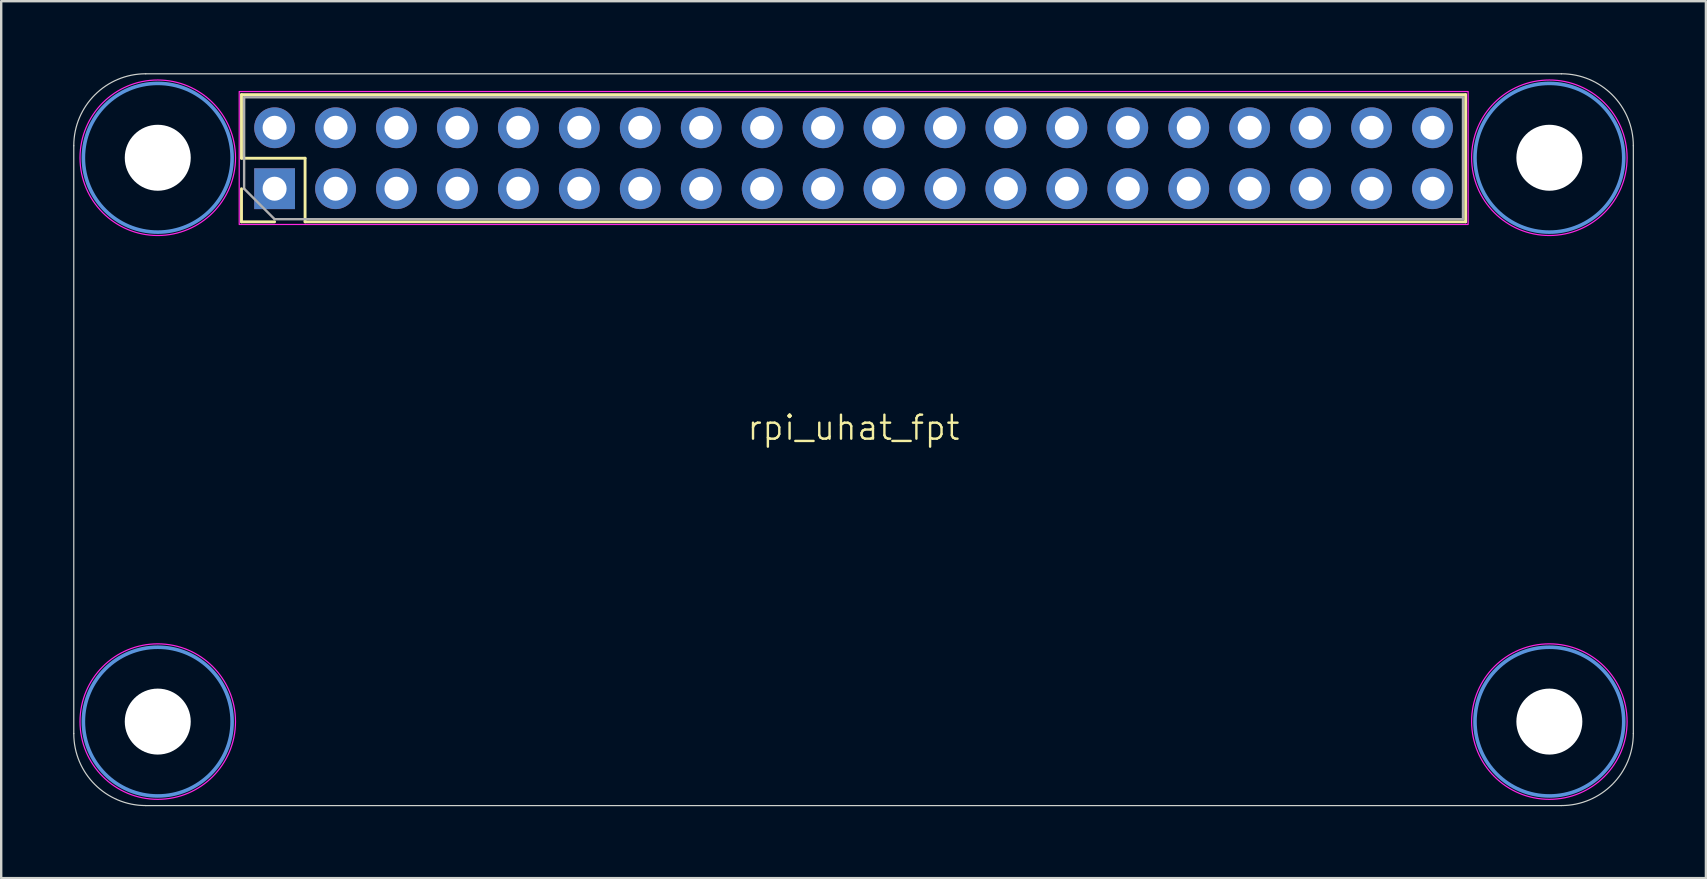
<source format=kicad_pcb>
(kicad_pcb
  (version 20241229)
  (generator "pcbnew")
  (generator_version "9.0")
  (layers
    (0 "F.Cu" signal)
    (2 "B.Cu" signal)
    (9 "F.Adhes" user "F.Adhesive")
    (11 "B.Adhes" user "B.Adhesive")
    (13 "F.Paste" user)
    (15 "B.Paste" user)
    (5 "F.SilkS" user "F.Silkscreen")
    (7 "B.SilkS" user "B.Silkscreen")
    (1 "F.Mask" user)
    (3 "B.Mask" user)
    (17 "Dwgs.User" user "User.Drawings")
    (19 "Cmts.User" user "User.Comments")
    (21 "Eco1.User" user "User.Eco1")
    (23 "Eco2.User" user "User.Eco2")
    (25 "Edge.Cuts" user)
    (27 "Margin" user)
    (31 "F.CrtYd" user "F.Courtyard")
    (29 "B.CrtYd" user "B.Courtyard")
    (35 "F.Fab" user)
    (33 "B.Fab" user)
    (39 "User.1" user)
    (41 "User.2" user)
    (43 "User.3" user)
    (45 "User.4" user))
  (footprint "rpi_uhat_fpt"
    (layer "F.Cu")
    (at 32.525 15.275)
    (property "Reference" "rpi_uhat_fpt" (at 0 -0.5 0) (unlocked yes) (layer "F.SilkS") (effects (font (size 1 1) (thickness 0.1))))
    (attr through_hole)
    (fp_line (start -25.51 -14.38) (end 25.51 -14.38) (stroke (width 0.12) (type solid)) (layer "F.SilkS"))
    (fp_line (start -25.51 -11.73) (end -25.51 -14.38) (stroke (width 0.12) (type solid)) (layer "F.SilkS"))
    (fp_line (start -25.51 -9.08) (end -25.51 -10.46) (stroke (width 0.12) (type solid)) (layer "F.SilkS"))
    (fp_line (start -24.13 -9.08) (end -25.51 -9.08) (stroke (width 0.12) (type solid)) (layer "F.SilkS"))
    (fp_line (start -22.86 -11.73) (end -25.51 -11.73) (stroke (width 0.12) (type solid)) (layer "F.SilkS"))
    (fp_line (start -22.86 -9.08) (end -22.86 -11.73) (stroke (width 0.12) (type solid)) (layer "F.SilkS"))
    (fp_line (start -22.86 -9.08) (end 25.51 -9.08) (stroke (width 0.12) (type solid)) (layer "F.SilkS"))
    (fp_line (start 25.51 -9.08) (end 25.51 -14.38) (stroke (width 0.12) (type solid)) (layer "F.SilkS"))
    (fp_circle (center -29 -11.75) (end -25.9 -11.75) (stroke (width 0.15) (type solid)) (fill no) (layer "Cmts.User"))
    (fp_circle (center -29 11.75) (end -25.9 11.75) (stroke (width 0.15) (type solid)) (fill no) (layer "Cmts.User"))
    (fp_circle (center 29 -11.75) (end 32.1 -11.75) (stroke (width 0.15) (type solid)) (fill no) (layer "Cmts.User"))
    (fp_circle (center 29 11.75) (end 32.1 11.75) (stroke (width 0.15) (type solid)) (fill no) (layer "Cmts.User"))
    (fp_line (start -32.5 12.25) (end -32.5 -12.25) (stroke (width 0.05) (type default)) (layer "Edge.Cuts"))
    (fp_line (start -29.5 -15.25) (end 29.5 -15.25) (stroke (width 0.05) (type default)) (layer "Edge.Cuts"))
    (fp_line (start 29.5 15.25) (end -29.5 15.25) (stroke (width 0.05) (type default)) (layer "Edge.Cuts"))
    (fp_line (start 32.5 -12.25) (end 32.5 12.25) (stroke (width 0.05) (type default)) (layer "Edge.Cuts"))
    (fp_arc (start -32.5 -12.25) (mid -31.62132 -14.37132) (end -29.5 -15.25) (stroke (width 0.05) (type default)) (layer "Edge.Cuts"))
    (fp_arc (start -29.5 15.25) (mid -31.62132 14.37132) (end -32.5 12.25) (stroke (width 0.05) (type default)) (layer "Edge.Cuts"))
    (fp_arc (start 29.5 -15.25) (mid 31.62132 -14.37132) (end 32.5 -12.25) (stroke (width 0.05) (type default)) (layer "Edge.Cuts"))
    (fp_arc (start 32.5 12.25) (mid 31.62132 14.37132) (end 29.5 15.25) (stroke (width 0.05) (type default)) (layer "Edge.Cuts"))
    (fp_rect (start -25.605 -14.51) (end 25.615 -8.97) (stroke (width 0.05) (type default)) (fill no) (layer "F.CrtYd"))
    (fp_circle (center -29 -11.75) (end -25.76 -11.73) (stroke (width 0.05) (type solid)) (fill no) (layer "F.CrtYd"))
    (fp_circle (center -29 11.75) (end -25.76 11.77) (stroke (width 0.05) (type solid)) (fill no) (layer "F.CrtYd"))
    (fp_circle (center 29 -11.75) (end 32.24 -11.73) (stroke (width 0.05) (type solid)) (fill no) (layer "F.CrtYd"))
    (fp_circle (center 29 11.75) (end 32.24 11.77) (stroke (width 0.05) (type solid)) (fill no) (layer "F.CrtYd"))
    (fp_line (start -25.4 -14.27) (end 25.4 -14.27) (stroke (width 0.1) (type solid)) (layer "F.Fab"))
    (fp_line (start -25.4 -10.46) (end -25.4 -14.27) (stroke (width 0.1) (type solid)) (layer "F.Fab"))
    (fp_line (start -24.13 -9.19) (end -25.4 -10.46) (stroke (width 0.1) (type solid)) (layer "F.Fab"))
    (fp_line (start 25.4 -14.27) (end 25.4 -9.19) (stroke (width 0.1) (type solid)) (layer "F.Fab"))
    (fp_line (start 25.4 -9.19) (end -24.13 -9.19) (stroke (width 0.1) (type solid)) (layer "F.Fab"))
    (pad "" np_thru_hole circle (at -29 -11.75) (size 2.75 2.75) (drill 2.75) (layers "*.Cu" "*.Mask"))
    (pad "" np_thru_hole circle (at -29 11.75) (size 2.75 2.75) (drill 2.75) (layers "*.Cu" "*.Mask"))
    (pad "" np_thru_hole circle (at 29 -11.75) (size 2.75 2.75) (drill 2.75) (layers "*.Cu" "*.Mask"))
    (pad "" np_thru_hole circle (at 29 11.75) (size 2.75 2.75) (drill 2.75) (layers "*.Cu" "*.Mask"))
    (pad "1" thru_hole rect (at -24.13 -10.46 180) (size 1.7 1.7) (drill 1) (layers "*.Cu" "*.Mask"))
    (pad "2" thru_hole circle (at -24.13 -13 180) (size 1.7 1.7) (drill 1) (layers "*.Cu" "*.Mask"))
    (pad "3" thru_hole circle (at -21.59 -10.46 90) (size 1.7 1.7) (drill 1) (layers "*.Cu" "*.Mask"))
    (pad "4" thru_hole circle (at -21.59 -13 90) (size 1.7 1.7) (drill 1) (layers "*.Cu" "*.Mask"))
    (pad "5" thru_hole circle (at -19.05 -10.46 90) (size 1.7 1.7) (drill 1) (layers "*.Cu" "*.Mask"))
    (pad "6" thru_hole circle (at -19.05 -13 90) (size 1.7 1.7) (drill 1) (layers "*.Cu" "*.Mask"))
    (pad "7" thru_hole circle (at -16.51 -10.46 90) (size 1.7 1.7) (drill 1) (layers "*.Cu" "*.Mask"))
    (pad "8" thru_hole circle (at -16.51 -13 90) (size 1.7 1.7) (drill 1) (layers "*.Cu" "*.Mask"))
    (pad "9" thru_hole circle (at -13.97 -10.46 90) (size 1.7 1.7) (drill 1) (layers "*.Cu" "*.Mask"))
    (pad "10" thru_hole circle (at -13.97 -13 90) (size 1.7 1.7) (drill 1) (layers "*.Cu" "*.Mask"))
    (pad "11" thru_hole circle (at -11.43 -10.46 90) (size 1.7 1.7) (drill 1) (layers "*.Cu" "*.Mask"))
    (pad "12" thru_hole circle (at -11.43 -13 90) (size 1.7 1.7) (drill 1) (layers "*.Cu" "*.Mask"))
    (pad "13" thru_hole circle (at -8.89 -10.46 90) (size 1.7 1.7) (drill 1) (layers "*.Cu" "*.Mask"))
    (pad "14" thru_hole circle (at -8.89 -13 90) (size 1.7 1.7) (drill 1) (layers "*.Cu" "*.Mask"))
    (pad "15" thru_hole circle (at -6.35 -10.46 90) (size 1.7 1.7) (drill 1) (layers "*.Cu" "*.Mask"))
    (pad "16" thru_hole circle (at -6.35 -13 90) (size 1.7 1.7) (drill 1) (layers "*.Cu" "*.Mask"))
    (pad "17" thru_hole circle (at -3.81 -10.46 90) (size 1.7 1.7) (drill 1) (layers "*.Cu" "*.Mask"))
    (pad "18" thru_hole circle (at -3.81 -13 90) (size 1.7 1.7) (drill 1) (layers "*.Cu" "*.Mask"))
    (pad "19" thru_hole circle (at -1.27 -10.46 90) (size 1.7 1.7) (drill 1) (layers "*.Cu" "*.Mask"))
    (pad "20" thru_hole circle (at -1.27 -13 90) (size 1.7 1.7) (drill 1) (layers "*.Cu" "*.Mask"))
    (pad "21" thru_hole circle (at 1.27 -10.46 90) (size 1.7 1.7) (drill 1) (layers "*.Cu" "*.Mask"))
    (pad "22" thru_hole circle (at 1.27 -13 90) (size 1.7 1.7) (drill 1) (layers "*.Cu" "*.Mask"))
    (pad "23" thru_hole circle (at 3.81 -10.46 90) (size 1.7 1.7) (drill 1) (layers "*.Cu" "*.Mask"))
    (pad "24" thru_hole circle (at 3.81 -13 90) (size 1.7 1.7) (drill 1) (layers "*.Cu" "*.Mask"))
    (pad "25" thru_hole circle (at 6.35 -10.46 90) (size 1.7 1.7) (drill 1) (layers "*.Cu" "*.Mask"))
    (pad "26" thru_hole circle (at 6.35 -13 90) (size 1.7 1.7) (drill 1) (layers "*.Cu" "*.Mask"))
    (pad "27" thru_hole circle (at 8.89 -10.46 90) (size 1.7 1.7) (drill 1) (layers "*.Cu" "*.Mask"))
    (pad "28" thru_hole circle (at 8.89 -13 90) (size 1.7 1.7) (drill 1) (layers "*.Cu" "*.Mask"))
    (pad "29" thru_hole circle (at 11.43 -10.46 90) (size 1.7 1.7) (drill 1) (layers "*.Cu" "*.Mask"))
    (pad "30" thru_hole circle (at 11.43 -13 90) (size 1.7 1.7) (drill 1) (layers "*.Cu" "*.Mask"))
    (pad "31" thru_hole circle (at 13.97 -10.46 90) (size 1.7 1.7) (drill 1) (layers "*.Cu" "*.Mask"))
    (pad "32" thru_hole circle (at 13.97 -13 90) (size 1.7 1.7) (drill 1) (layers "*.Cu" "*.Mask"))
    (pad "33" thru_hole circle (at 16.51 -10.46 90) (size 1.7 1.7) (drill 1) (layers "*.Cu" "*.Mask"))
    (pad "34" thru_hole circle (at 16.51 -13 90) (size 1.7 1.7) (drill 1) (layers "*.Cu" "*.Mask"))
    (pad "35" thru_hole circle (at 19.05 -10.46 90) (size 1.7 1.7) (drill 1) (layers "*.Cu" "*.Mask"))
    (pad "36" thru_hole circle (at 19.05 -13 90) (size 1.7 1.7) (drill 1) (layers "*.Cu" "*.Mask"))
    (pad "37" thru_hole circle (at 21.59 -10.46 90) (size 1.7 1.7) (drill 1) (layers "*.Cu" "*.Mask"))
    (pad "38" thru_hole circle (at 21.59 -13 90) (size 1.7 1.7) (drill 1) (layers "*.Cu" "*.Mask"))
    (pad "39" thru_hole circle (at 24.13 -10.46 90) (size 1.7 1.7) (drill 1) (layers "*.Cu" "*.Mask"))
    (pad "40" thru_hole circle (at 24.13 -13 90) (size 1.7 1.7) (drill 1) (layers "*.Cu" "*.Mask")))
  (gr_rect
    (start -3 -3)
    (end 68.05 33.55)
    (stroke (width 0.1) (type default))
    (fill no)
    (layer "Edge.Cuts")))
</source>
